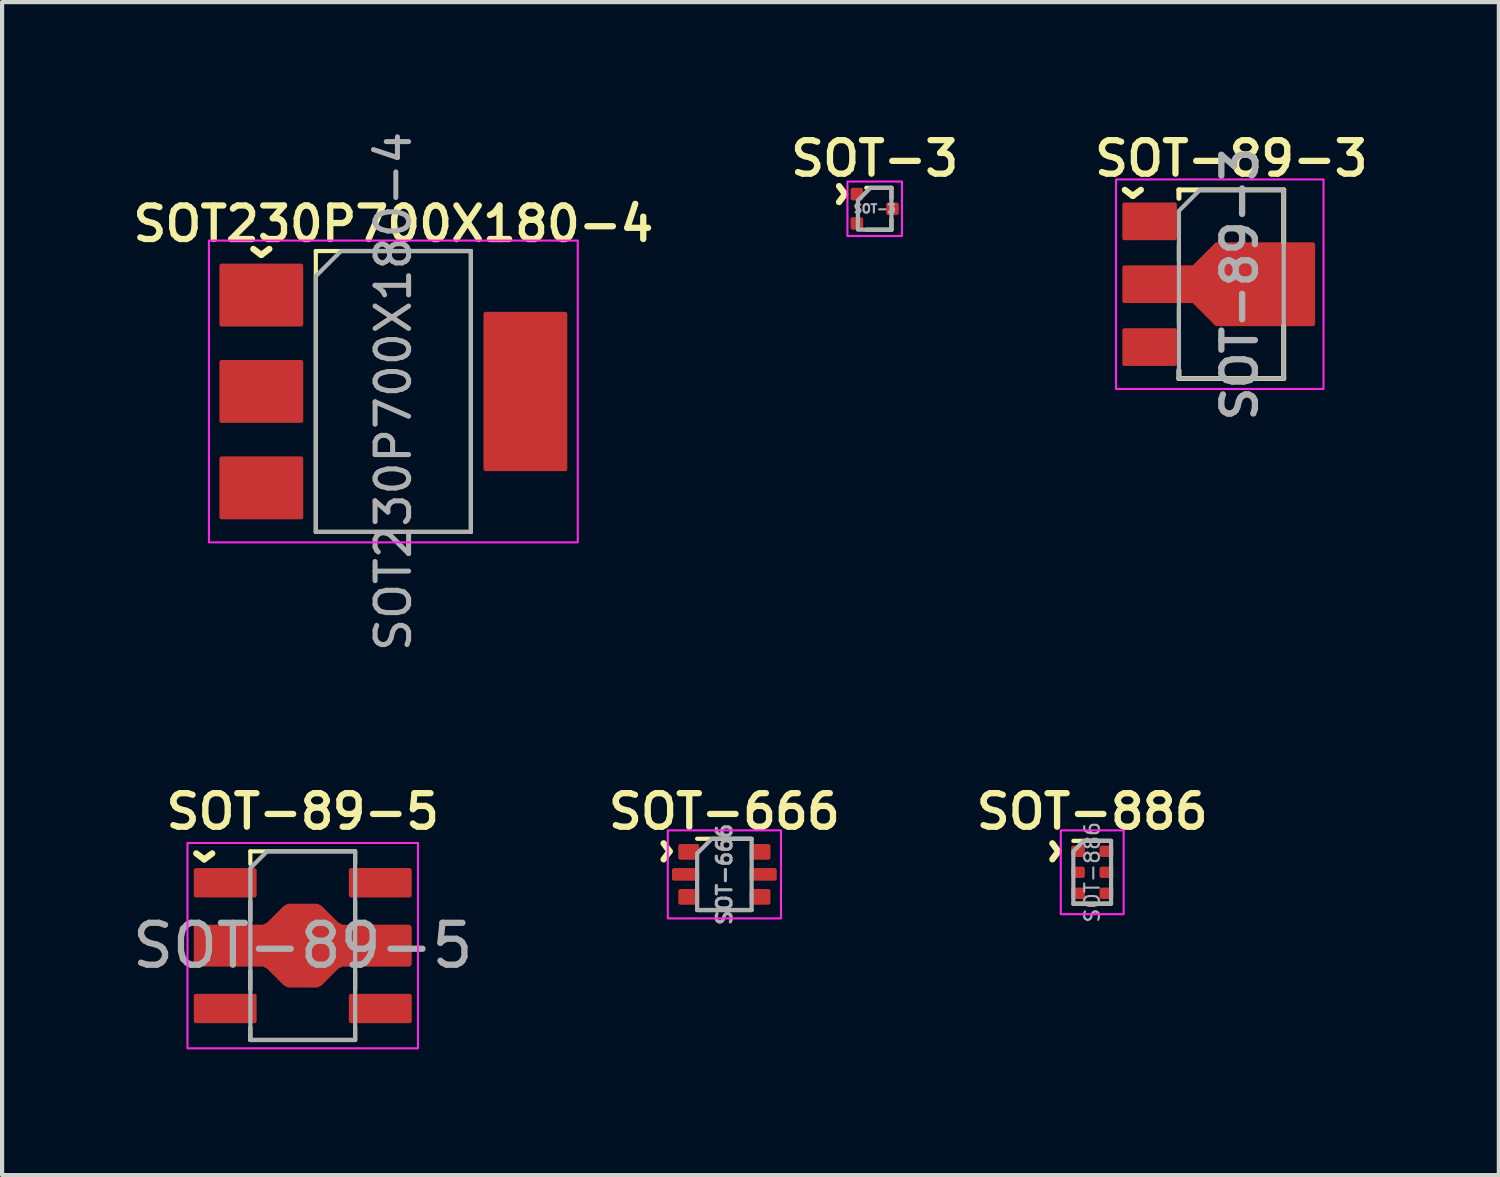
<source format=kicad_pcb>
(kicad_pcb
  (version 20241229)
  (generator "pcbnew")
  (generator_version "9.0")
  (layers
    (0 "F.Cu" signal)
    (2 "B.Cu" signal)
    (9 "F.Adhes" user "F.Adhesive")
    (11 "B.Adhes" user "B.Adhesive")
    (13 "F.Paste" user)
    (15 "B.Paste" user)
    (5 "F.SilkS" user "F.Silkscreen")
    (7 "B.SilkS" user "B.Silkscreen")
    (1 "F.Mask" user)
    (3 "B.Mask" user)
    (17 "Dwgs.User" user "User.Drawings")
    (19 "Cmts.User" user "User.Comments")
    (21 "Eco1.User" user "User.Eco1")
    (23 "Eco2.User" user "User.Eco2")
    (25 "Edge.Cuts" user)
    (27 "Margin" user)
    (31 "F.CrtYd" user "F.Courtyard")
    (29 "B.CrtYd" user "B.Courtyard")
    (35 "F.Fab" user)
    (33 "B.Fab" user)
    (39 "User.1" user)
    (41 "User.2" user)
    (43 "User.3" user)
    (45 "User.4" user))
  (footprint "SOT-89-5"
    (layer "F.Cu")
    (at 4.173 19.512)
    (property "Reference" "SOT-89-5" (at 0 -3.2 0) (layer "F.SilkS") (effects (font (size 0.8 0.8) (thickness 0.15))))
    (attr smd)
    (fp_line (start -1.25 -1.95) (end -1.25 -2.25) (stroke (width 0.1) (type solid)) (layer "F.SilkS"))
    (fp_line (start -1.25 -0.6) (end -1.25 -1.05) (stroke (width 0.1) (type solid)) (layer "F.SilkS"))
    (fp_line (start -1.25 1.05) (end -1.25 0.6) (stroke (width 0.1) (type solid)) (layer "F.SilkS"))
    (fp_line (start -1.25 2.25) (end -1.25 1.95) (stroke (width 0.1) (type solid)) (layer "F.SilkS"))
    (fp_line (start -1.25 2.25) (end 1.25 2.25) (stroke (width 0.1) (type solid)) (layer "F.SilkS"))
    (fp_line (start 1.25 -2.25) (end -1.25 -2.25) (stroke (width 0.1) (type solid)) (layer "F.SilkS"))
    (fp_line (start 1.25 -2.25) (end 1.25 -1.95) (stroke (width 0.1) (type solid)) (layer "F.SilkS"))
    (fp_line (start 1.25 -1.05) (end 1.25 -0.6) (stroke (width 0.1) (type solid)) (layer "F.SilkS"))
    (fp_line (start 1.25 0.6) (end 1.25 1.05) (stroke (width 0.1) (type solid)) (layer "F.SilkS"))
    (fp_line (start 1.25 2.25) (end 1.25 1.95) (stroke (width 0.1) (type solid)) (layer "F.SilkS"))
    (fp_rect (start -2.55 -0.4) (end -1.15 0.4) (stroke (width 0.1) (type solid)) (fill yes) (layer "F.Paste"))
    (fp_rect (start -0.45 -0.85) (end 0.45 0.85) (stroke (width 0.1) (type solid)) (fill yes) (layer "F.Paste"))
    (fp_rect (start 1.15 -0.4) (end 2.55 0.4) (stroke (width 0.1) (type solid)) (fill yes) (layer "F.Paste"))
    (fp_rect (start -2.75 -2.45) (end 2.75 2.45) (stroke (width 0.05) (type solid)) (fill no) (layer "F.CrtYd"))
    (fp_poly (pts (xy -0.85 -2.25) (xy -1.25 -1.85) (xy -1.25 2.25) (xy 1.25 2.25) (xy 1.25 -2.25)) (stroke (width 0.1) (type solid)) (fill no) (layer "F.Fab"))
    (fp_text user "^" (at -2.35 -2.65 180) (unlocked yes) (layer "F.SilkS") (effects (font (size 1 1) (thickness 0.15))))
    (fp_text user "${REFERENCE}" (at 0 0 0) (layer "F.Fab") (effects (font (size 1 1) (thickness 0.15))))
    (pad "1" smd roundrect (at -1.85 -1.5 270) (size 0.7 1.5) (layers "F.Cu" "F.Mask" "F.Paste") (roundrect_rratio 0.071))
    (pad "2" smd custom (at 0 0) (size 0.8 1) (layers "F.Cu" "F.Mask") (options (anchor rect)) (primitives (gr_poly (pts (xy 0.95 0.5) (xy 0.85 0.548) (xy 0.45 0.95) (xy 0.35 1) (xy -0.35 1) (xy -0.45 0.95) (xy -0.85 0.55) (xy -0.95 0.5) (xy -2.55 0.5) (xy -2.6 0.45) (xy -2.6 -0.45) (xy -2.55 -0.5) (xy -0.95 -0.5) (xy -0.85 -0.55) (xy -0.45 -0.95) (xy -0.35 -1) (xy 0.35 -1) (xy 0.45 -0.95) (xy 0.85 -0.55) (xy 0.95 -0.5) (xy 2.55 -0.5) (xy 2.6 -0.45) (xy 2.6 0.45) (xy 2.55 0.5)) (width 0) (fill yes))))
    (pad "3" smd roundrect (at -1.85 1.5 270) (size 0.7 1.5) (layers "F.Cu" "F.Mask" "F.Paste") (roundrect_rratio 0.071))
    (pad "4" smd roundrect (at 1.85 1.5 270) (size 0.7 1.5) (layers "F.Cu" "F.Mask" "F.Paste") (roundrect_rratio 0.071))
    (pad "5" smd roundrect (at 1.85 -1.5 270) (size 0.7 1.5) (layers "F.Cu" "F.Mask" "F.Paste") (roundrect_rratio 0.071)))
  (footprint "SOT-666"
    (layer "F.Cu")
    (at 14.233 17.812)
    (property "Reference" "SOT-666" (at 0 -1.5 0) (layer "F.SilkS") (effects (font (size 0.8 0.8) (thickness 0.15))))
    (attr smd)
    (fp_line (start -0.65 0.85) (end 0.65 0.85) (stroke (width 0.1) (type solid)) (layer "F.SilkS"))
    (fp_line (start 0.65 -0.85) (end -0.65 -0.85) (stroke (width 0.1) (type solid)) (layer "F.SilkS"))
    (fp_poly (pts (xy 1.35 -1.05) (xy -1.35 -1.05) (xy -1.35 1.05) (xy 1.35 1.05)) (stroke (width 0.05) (type solid)) (fill no) (layer "F.CrtYd"))
    (fp_poly (pts (xy -0.65 -0.5) (xy -0.3 -0.85) (xy 0.65 -0.85) (xy 0.65 0.85) (xy -0.65 0.85)) (stroke (width 0.1) (type solid)) (fill no) (layer "F.Fab"))
    (fp_text user "^" (at -1.9 -0.55 270) (unlocked yes) (layer "F.SilkS") (effects (font (size 1 1) (thickness 0.15))))
    (fp_text user "${REFERENCE}" (at 0 0 90) (layer "F.Fab") (effects (font (size 0.35 0.35) (thickness 0.075))))
    (pad "1" smd roundrect (at -0.85 -0.537) (size 0.5 0.375) (layers "F.Cu" "F.Mask" "F.Paste") (roundrect_rratio 0.133))
    (pad "2" smd roundrect (at -0.925 0) (size 0.65 0.3) (layers "F.Cu" "F.Mask" "F.Paste") (roundrect_rratio 0.167))
    (pad "3" smd roundrect (at -0.85 0.537) (size 0.5 0.375) (layers "F.Cu" "F.Mask" "F.Paste") (roundrect_rratio 0.133))
    (pad "4" smd roundrect (at 0.85 0.537) (size 0.5 0.375) (layers "F.Cu" "F.Mask" "F.Paste") (roundrect_rratio 0.133))
    (pad "5" smd roundrect (at 0.925 0) (size 0.65 0.3) (layers "F.Cu" "F.Mask" "F.Paste") (roundrect_rratio 0.167))
    (pad "6" smd roundrect (at 0.85 -0.537) (size 0.5 0.375) (layers "F.Cu" "F.Mask" "F.Paste") (roundrect_rratio 0.133)))
  (footprint "SOT-3"
    (layer "F.Cu")
    (at 17.819 1.931)
    (property "Reference" "SOT-3" (at 0 -1.2 0) (layer "F.SilkS") (effects (font (size 0.8 0.8) (thickness 0.15))))
    (attr smd)
    (fp_line (start -0.4 0.1) (end -0.4 -0.1) (stroke (width 0.1) (type solid)) (layer "F.SilkS"))
    (fp_line (start 0.4 -0.5) (end -0.2 -0.5) (stroke (width 0.1) (type solid)) (layer "F.SilkS"))
    (fp_line (start 0.4 -0.25) (end 0.4 -0.5) (stroke (width 0.1) (type solid)) (layer "F.SilkS"))
    (fp_line (start 0.4 0.25) (end 0.4 0.5) (stroke (width 0.1) (type solid)) (layer "F.SilkS"))
    (fp_line (start 0.4 0.5) (end -0.2 0.5) (stroke (width 0.1) (type solid)) (layer "F.SilkS"))
    (fp_rect (start -0.65 -0.65) (end 0.65 0.65) (stroke (width 0.05) (type default)) (fill no) (layer "F.CrtYd"))
    (fp_poly (pts (xy 0.4 -0.5) (xy -0.1 -0.5) (xy -0.4 -0.2) (xy -0.4 0.5) (xy 0.4 0.5)) (stroke (width 0.1) (type solid)) (fill no) (layer "F.Fab"))
    (fp_text user "^" (at -1.3 -0.35 270) (unlocked yes) (layer "F.SilkS") (effects (font (size 1 1) (thickness 0.15))))
    (fp_text user "${REFERENCE}" (at 0 0 0) (layer "F.Fab") (effects (font (size 0.2 0.2) (thickness 0.05))))
    (pad "1" smd roundrect (at -0.425 -0.35 270) (size 0.3 0.3) (layers "F.Cu" "F.Mask" "F.Paste") (roundrect_rratio 0.167))
    (pad "2" smd roundrect (at -0.425 0.35 270) (size 0.3 0.3) (layers "F.Cu" "F.Mask" "F.Paste") (roundrect_rratio 0.167))
    (pad "3" smd roundrect (at 0.425 0 270) (size 0.3 0.3) (layers "F.Cu" "F.Mask" "F.Paste") (roundrect_rratio 0.167)))
  (footprint "SOT230P700X180-4"
    (layer "F.Cu")
    (at 6.335 6.29)
    (property "Reference" "SOT230P700X180-4" (at 0 -4 0) (layer "F.SilkS") (effects (font (size 0.8 0.8) (thickness 0.15))))
    (attr smd)
    (fp_line (start -1.85 -3.35) (end 1.85 -3.35) (stroke (width 0.1) (type solid)) (layer "F.SilkS"))
    (fp_line (start -1.85 3.35) (end -1.85 -3.35) (stroke (width 0.1) (type solid)) (layer "F.SilkS"))
    (fp_line (start -1.85 3.35) (end 1.85 3.35) (stroke (width 0.1) (type solid)) (layer "F.SilkS"))
    (fp_line (start 1.85 -3.35) (end 1.85 3.35) (stroke (width 0.1) (type solid)) (layer "F.SilkS"))
    (fp_poly (pts (xy -4.4 3.6) (xy -4.4 -3.6) (xy 4.4 -3.6) (xy 4.4 3.6)) (stroke (width 0.05) (type solid)) (fill no) (layer "F.CrtYd"))
    (fp_poly (pts (xy -1.85 3.35) (xy 1.85 3.35) (xy 1.85 -3.35) (xy -1.25 -3.35) (xy -1.85 -2.75)) (stroke (width 0.1) (type solid)) (fill no) (layer "F.Fab"))
    (fp_text user "^" (at -3.15 -3.85 180) (unlocked yes) (layer "F.SilkS") (effects (font (size 1 1) (thickness 0.15))))
    (fp_text user "${REFERENCE}" (at 0 0 90) (layer "F.Fab") (effects (font (size 0.8 0.8) (thickness 0.12))))
    (pad "" smd roundrect (at 3.15 -1.4) (size 2 1) (layers "F.Paste") (roundrect_rratio 0.05))
    (pad "" smd roundrect (at 3.15 0) (size 2 1) (layers "F.Paste") (roundrect_rratio 0.05))
    (pad "" smd roundrect (at 3.15 1.4) (size 2 1) (layers "F.Paste") (roundrect_rratio 0.05))
    (pad "1" smd roundrect (at -3.15 -2.3) (size 2 1.5) (layers "F.Cu" "F.Mask" "F.Paste") (roundrect_rratio 0.033))
    (pad "2" smd roundrect (at -3.15 0) (size 2 1.5) (layers "F.Cu" "F.Mask" "F.Paste") (roundrect_rratio 0.033))
    (pad "3" smd roundrect (at -3.15 2.3) (size 2 1.5) (layers "F.Cu" "F.Mask" "F.Paste") (roundrect_rratio 0.033))
    (pad "4" smd roundrect (at 3.15 0) (size 2 3.8) (layers "F.Cu" "F.Mask") (roundrect_rratio 0.025)))
  (footprint "SOT-89-3"
    (layer "F.Cu")
    (at 26.328 3.731)
    (property "Reference" "SOT-89-3" (at 0 -3 0) (layer "F.SilkS") (effects (font (size 0.8 0.8) (thickness 0.15))))
    (attr smd)
    (fp_line (start -1.25 -2.25) (end -1.25 -2.05) (stroke (width 0.12) (type solid)) (layer "F.SilkS"))
    (fp_line (start -1.25 -2.25) (end 1.25 -2.25) (stroke (width 0.12) (type solid)) (layer "F.SilkS"))
    (fp_line (start -1.25 -0.95) (end -1.25 -0.55) (stroke (width 0.1) (type default)) (layer "F.SilkS"))
    (fp_line (start -1.25 0.55) (end -1.25 0.95) (stroke (width 0.1) (type default)) (layer "F.SilkS"))
    (fp_line (start -1.25 2.25) (end -1.25 2.05) (stroke (width 0.12) (type solid)) (layer "F.SilkS"))
    (fp_line (start 1.25 -2.25) (end 1.25 -1) (stroke (width 0.12) (type solid)) (layer "F.SilkS"))
    (fp_line (start 1.25 1) (end 1.25 2.25) (stroke (width 0.12) (type solid)) (layer "F.SilkS"))
    (fp_line (start 1.25 2.25) (end -1.25 2.25) (stroke (width 0.12) (type solid)) (layer "F.SilkS"))
    (fp_poly (pts (xy -2.75 -2.5) (xy 2.2 -2.5) (xy 2.2 2.5) (xy -2.75 2.5)) (stroke (width 0.05) (type solid)) (fill no) (layer "F.CrtYd"))
    (fp_poly (pts (xy 1.25 -2.25) (xy 1.25 2.25) (xy -1.25 2.25) (xy -1.25 -1.75) (xy -0.75 -2.25)) (stroke (width 0.1) (type solid)) (fill no) (layer "F.Fab"))
    (fp_text user "^" (at -2.35 -2.7 180) (unlocked yes) (layer "F.SilkS") (effects (font (size 1 1) (thickness 0.15))))
    (fp_text user "${REFERENCE}" (at 0.2 0 90) (layer "F.Fab") (effects (font (size 0.8 0.8) (thickness 0.15))))
    (pad "" smd roundrect (at -1.825 0) (size 1.55 0.9) (layers "F.Paste") (roundrect_rratio 0.056))
    (pad "" smd custom (at -0.15 0 90) (size 0.8 0.8) (layers "F.Paste") (options (anchor circle)) (primitives (gr_poly (pts (xy -0.85 -0.35) (xy -0.846 -0.369) (xy -0.835 -0.385) (xy -0.819 -0.396) (xy -0.8 -0.4) (xy 0.8 -0.4) (xy 0.819 -0.396) (xy 0.835 -0.385) (xy 0.846 -0.369) (xy 0.85 -0.35) (xy 0.85 0.35) (xy 0.846 0.369) (xy 0.835 0.385) (xy 0.819 0.396) (xy 0.8 0.4) (xy -0.8 0.4) (xy -0.819 0.396) (xy -0.835 0.385) (xy -0.846 0.369) (xy -0.85 0.35)) (width 0) (fill yes)) (gr_poly (pts (xy -0.8 -0.35) (xy -0.95 -0.2) (xy -0.95 0.35) (xy 0.95 0.35) (xy 0.95 -0.2) (xy 0.8 -0.35)) (width 0.1) (fill yes))))
    (pad "" smd roundrect (at 1.375 0 90) (size 2 1.25) (layers "F.Paste") (roundrect_rratio 0.04))
    (pad "1" smd roundrect (at -1.95 -1.5) (size 1.3 0.9) (layers "F.Cu" "F.Mask" "F.Paste") (roundrect_rratio 0.056))
    (pad "2" smd custom (at -1.775 0) (size 0.9 0.9) (layers "F.Cu" "F.Mask") (options (anchor circle)) (primitives (gr_poly (pts (xy 3.725 -0.95) (xy 3.725 0.95) (xy 1.425 0.95) (xy 0.875 0.4) (xy -0.775 0.4) (xy -0.775 -0.4) (xy 0.875 -0.4) (xy 1.425 -0.95)) (width 0.1) (fill yes)) (gr_poly (pts (xy -0.825 -0.4) (xy -0.821 -0.419) (xy -0.81 -0.435) (xy -0.794 -0.446) (xy -0.775 -0.45) (xy 0.775 -0.45) (xy 0.794 -0.446) (xy 0.81 -0.435) (xy 0.821 -0.419) (xy 0.825 -0.4) (xy 0.825 0.4) (xy 0.821 0.419) (xy 0.81 0.435) (xy 0.794 0.446) (xy 0.775 0.45) (xy -0.775 0.45) (xy -0.794 0.446) (xy -0.81 0.435) (xy -0.821 0.419) (xy -0.825 0.4)) (width 0) (fill yes))))
    (pad "3" smd roundrect (at -1.95 1.5) (size 1.3 0.9) (layers "F.Cu" "F.Mask" "F.Paste") (roundrect_rratio 0.056)))
  (footprint "SOT-886"
    (layer "F.Cu")
    (at 23.009 17.762)
    (property "Reference" "SOT-886" (at 0 -1.45 180) (layer "F.SilkS") (effects (font (size 0.8 0.8) (thickness 0.15))))
    (attr smd)
    (fp_line (start -0.45 0.75) (end 0.45 0.75) (stroke (width 0.1) (type solid)) (layer "F.SilkS"))
    (fp_line (start 0.45 -0.75) (end -0.45 -0.75) (stroke (width 0.1) (type solid)) (layer "F.SilkS"))
    (fp_poly (pts (xy 0.75 -1) (xy -0.75 -1) (xy -0.75 1) (xy 0.75 1)) (stroke (width 0.05) (type solid)) (fill no) (layer "F.CrtYd"))
    (fp_poly (pts (xy -0.45 -0.5) (xy -0.2 -0.75) (xy 0.45 -0.75) (xy 0.45 0.75) (xy -0.45 0.75)) (stroke (width 0.1) (type solid)) (fill no) (layer "F.Fab"))
    (fp_text user "^" (at -1.4 -0.5 270) (unlocked yes) (layer "F.SilkS") (effects (font (size 1 1) (thickness 0.15))))
    (fp_text user "${REFERENCE}" (at 0 0 90) (layer "F.Fab") (effects (font (size 0.35 0.35) (thickness 0.05))))
    (pad "1" smd roundrect (at -0.34 -0.5) (size 0.33 0.27) (layers "F.Cu" "F.Mask" "F.Paste") (roundrect_rratio 0.185))
    (pad "2" smd roundrect (at -0.34 0) (size 0.33 0.27) (layers "F.Cu" "F.Mask" "F.Paste") (roundrect_rratio 0.185))
    (pad "3" smd roundrect (at -0.34 0.5) (size 0.33 0.27) (layers "F.Cu" "F.Mask" "F.Paste") (roundrect_rratio 0.185))
    (pad "4" smd roundrect (at 0.34 0.5) (size 0.33 0.27) (layers "F.Cu" "F.Mask" "F.Paste") (roundrect_rratio 0.185))
    (pad "5" smd roundrect (at 0.34 0) (size 0.33 0.27) (layers "F.Cu" "F.Mask" "F.Paste") (roundrect_rratio 0.185))
    (pad "6" smd roundrect (at 0.34 -0.5) (size 0.33 0.27) (layers "F.Cu" "F.Mask" "F.Paste") (roundrect_rratio 0.185)))
  (gr_rect
    (start -3 -3)
    (end 32.711 24.987)
    (stroke (width 0.1) (type default))
    (fill no)
    (layer "Edge.Cuts")))
</source>
